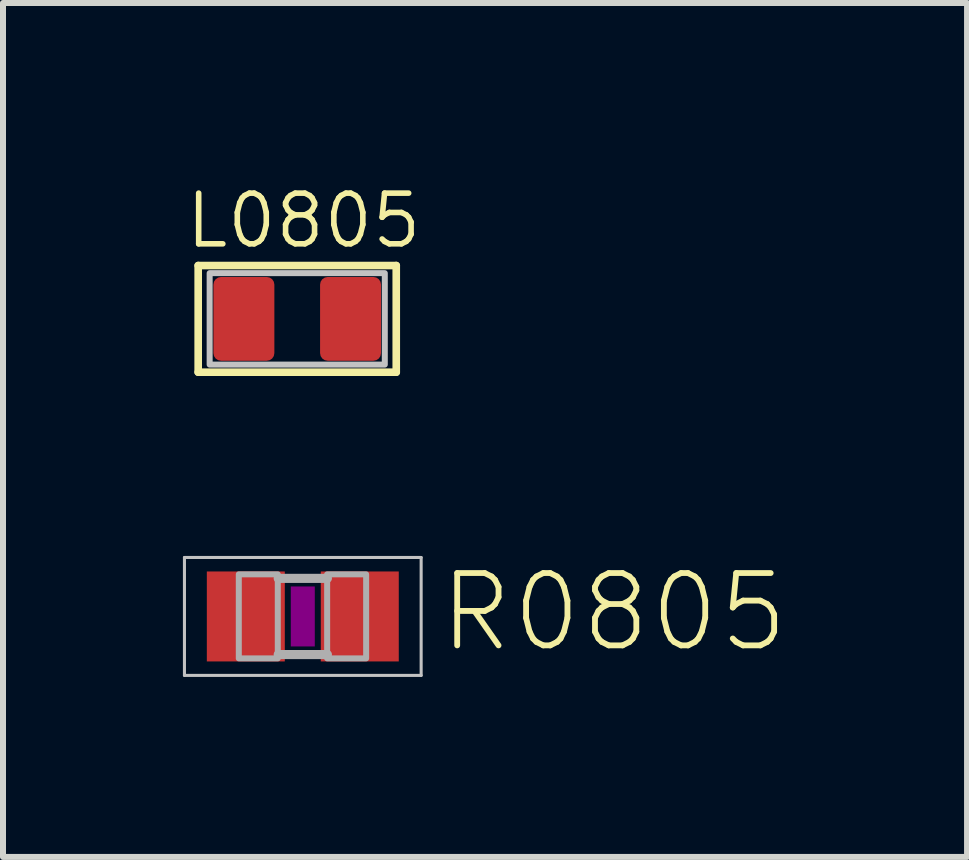
<source format=kicad_pcb>
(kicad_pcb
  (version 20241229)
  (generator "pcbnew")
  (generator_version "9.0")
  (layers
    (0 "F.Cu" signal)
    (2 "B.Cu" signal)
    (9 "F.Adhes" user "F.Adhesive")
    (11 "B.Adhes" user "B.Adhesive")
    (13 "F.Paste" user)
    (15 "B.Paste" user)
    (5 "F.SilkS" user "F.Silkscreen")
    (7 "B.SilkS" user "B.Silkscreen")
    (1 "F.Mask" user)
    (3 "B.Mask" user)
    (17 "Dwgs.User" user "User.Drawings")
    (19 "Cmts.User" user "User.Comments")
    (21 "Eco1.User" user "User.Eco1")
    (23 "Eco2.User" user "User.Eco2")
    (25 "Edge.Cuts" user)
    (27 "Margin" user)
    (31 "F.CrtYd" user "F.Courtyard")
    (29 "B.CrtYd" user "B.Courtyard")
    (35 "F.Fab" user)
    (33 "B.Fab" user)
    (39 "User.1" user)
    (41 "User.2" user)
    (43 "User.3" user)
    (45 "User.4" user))
  (footprint "L0805"
    (layer "F.Cu")
    (at 1.905 2.266)
    (property "Reference" "L0805" (at -1.905 -1.143 180) (layer "F.SilkS") (effects (font (size 0.845 0.845) (thickness 0.093)) (justify left bottom)))
    (attr through_hole)
    (fp_line (start -1.651 -0.889) (end 1.651 -0.889) (stroke (width 0.127) (type solid)) (layer "F.SilkS"))
    (fp_line (start -1.651 0.889) (end -1.651 -0.889) (stroke (width 0.127) (type solid)) (layer "F.SilkS"))
    (fp_line (start 1.651 -0.889) (end 1.651 0.889) (stroke (width 0.127) (type solid)) (layer "F.SilkS"))
    (fp_line (start 1.651 0.889) (end -1.651 0.889) (stroke (width 0.127) (type solid)) (layer "F.SilkS"))
    (fp_poly (pts (xy -1.46 0.762) (xy 1.46 0.762) (xy 1.46 -0.762) (xy -1.46 -0.762)) (stroke (width 0.1) (type solid)) (fill no) (layer "Dwgs.User"))
    (pad "1" smd roundrect (at -0.889 0) (size 1.016 1.397) (layers "F.Cu" "F.Mask" "F.Paste") (roundrect_rratio 0.125))
    (pad "2" smd roundrect (at 0.889 0) (size 1.016 1.397) (layers "F.Cu" "F.Mask" "F.Paste") (roundrect_rratio 0.125)))
  (footprint "R0805"
    (layer "F.Cu")
    (at 1.998 7.227)
    (property "Reference" "R0805" (at 2.223 0.635 0) (layer "F.SilkS") (effects (font (size 1.206 1.206) (thickness 0.097)) (justify left bottom)))
    (attr through_hole)
    (fp_poly (pts (xy -0.2 0.5) (xy 0.2 0.5) (xy 0.2 -0.5) (xy -0.2 -0.5)) (stroke (width 0) (type solid)) (fill yes) (layer "F.Adhes"))
    (fp_line (start -1.973 -0.983) (end 1.973 -0.983) (stroke (width 0.051) (type solid)) (layer "Dwgs.User"))
    (fp_line (start -1.973 0.983) (end -1.973 -0.983) (stroke (width 0.051) (type solid)) (layer "Dwgs.User"))
    (fp_line (start 1.973 -0.983) (end 1.973 0.983) (stroke (width 0.051) (type solid)) (layer "Dwgs.User"))
    (fp_line (start 1.973 0.983) (end -1.973 0.983) (stroke (width 0.051) (type solid)) (layer "Dwgs.User"))
    (fp_line (start -0.41 -0.635) (end 0.41 -0.635) (stroke (width 0.152) (type solid)) (layer "F.Fab"))
    (fp_line (start -0.41 0.635) (end 0.41 0.635) (stroke (width 0.152) (type solid)) (layer "F.Fab"))
    (fp_poly (pts (xy -1.067 0.699) (xy -0.417 0.699) (xy -0.417 -0.702) (xy -1.067 -0.702)) (stroke (width 0.1) (type solid)) (fill no) (layer "F.Fab"))
    (fp_poly (pts (xy 0.406 0.699) (xy 1.056 0.699) (xy 1.056 -0.702) (xy 0.406 -0.702)) (stroke (width 0.1) (type solid)) (fill no) (layer "F.Fab"))
    (pad "1" smd rect (at -0.95 0) (size 1.3 1.5) (layers "F.Cu" "F.Mask" "F.Paste"))
    (pad "2" smd rect (at 0.95 0) (size 1.3 1.5) (layers "F.Cu" "F.Mask" "F.Paste")))
  (gr_rect
    (start -3 -3)
    (end 13.072 11.236)
    (stroke (width 0.1) (type default))
    (fill no)
    (layer "Edge.Cuts")))
</source>
